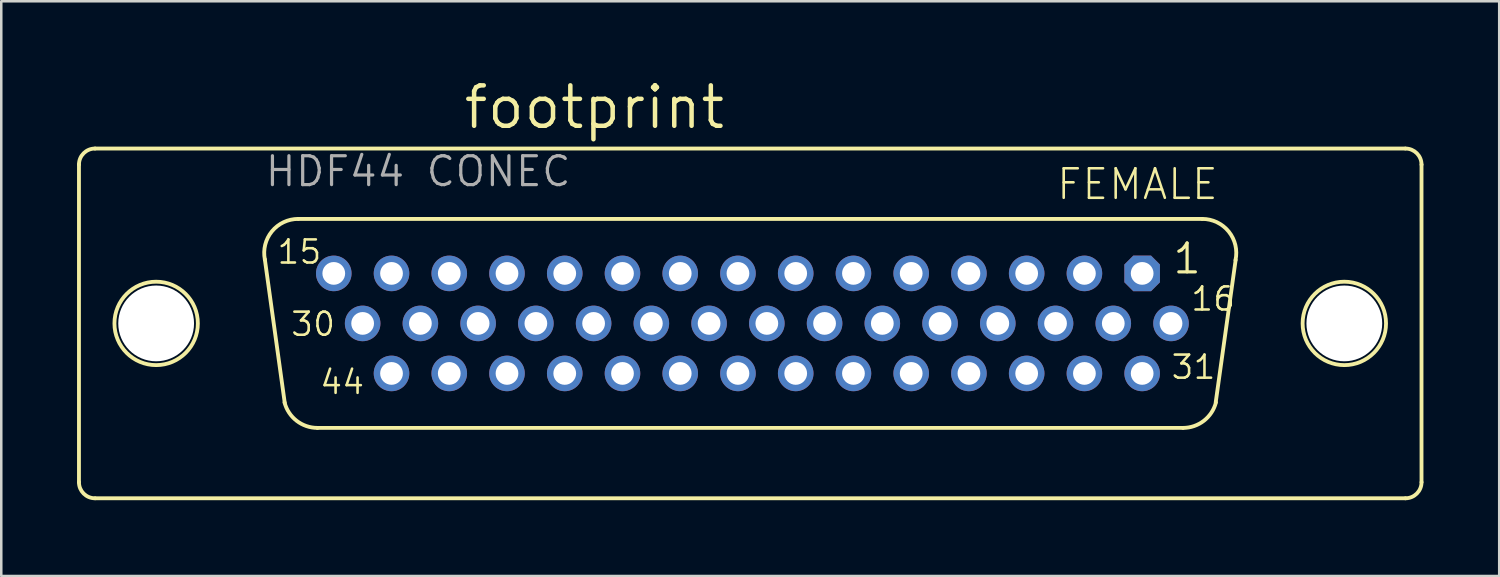
<source format=kicad_pcb>
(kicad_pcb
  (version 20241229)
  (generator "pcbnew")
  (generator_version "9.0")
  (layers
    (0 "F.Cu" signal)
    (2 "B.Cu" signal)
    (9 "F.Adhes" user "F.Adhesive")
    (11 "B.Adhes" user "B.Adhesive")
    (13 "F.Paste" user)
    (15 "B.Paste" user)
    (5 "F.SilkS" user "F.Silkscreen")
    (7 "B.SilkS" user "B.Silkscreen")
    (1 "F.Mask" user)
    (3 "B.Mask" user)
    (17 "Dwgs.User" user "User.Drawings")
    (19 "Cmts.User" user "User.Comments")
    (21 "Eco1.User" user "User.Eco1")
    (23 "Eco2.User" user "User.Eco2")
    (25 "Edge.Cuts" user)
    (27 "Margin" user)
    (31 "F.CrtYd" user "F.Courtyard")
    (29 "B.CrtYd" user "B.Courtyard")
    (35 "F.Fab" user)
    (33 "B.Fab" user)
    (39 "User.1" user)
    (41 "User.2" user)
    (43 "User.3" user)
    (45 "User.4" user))
  (footprint "footprint"
    (layer "F.Cu")
    (at 26.652 9.754)
    (property "Reference" "footprint" (at -11.43 -7.62 0) (layer "F.SilkS") (effects (font (size 1.6 1.6) (thickness 0.178)) (justify left bottom)))
    (fp_line (start -26.576 -6.288) (end -26.576 6.288) (stroke (width 0.152) (type solid)) (layer "F.SilkS"))
    (fp_line (start -25.933 6.923) (end 25.941 6.923) (stroke (width 0.152) (type solid)) (layer "F.SilkS"))
    (fp_line (start -18.429 3.146) (end -19.217 -2.537) (stroke (width 0.152) (type solid)) (layer "F.SilkS"))
    (fp_line (start -17.896 -4.137) (end 17.896 -4.137) (stroke (width 0.152) (type solid)) (layer "F.SilkS"))
    (fp_line (start -17.134 4.137) (end 17.134 4.137) (stroke (width 0.152) (type solid)) (layer "F.SilkS"))
    (fp_line (start 19.217 -2.511) (end 18.429 3.121) (stroke (width 0.152) (type solid)) (layer "F.SilkS"))
    (fp_line (start 25.933 -6.923) (end -25.941 -6.923) (stroke (width 0.152) (type solid)) (layer "F.SilkS"))
    (fp_line (start 26.576 -6.288) (end 26.576 6.288) (stroke (width 0.152) (type solid)) (layer "F.SilkS"))
    (fp_arc (start -26.576 -6.288) (mid -26.390013 -6.737013) (end -25.941 -6.923) (stroke (width 0.1524) (type solid)) (layer "F.SilkS"))
    (fp_arc (start -25.941 6.923) (mid -26.390013 6.737013) (end -26.576 6.288) (stroke (width 0.1524) (type solid)) (layer "F.SilkS"))
    (fp_arc (start -19.2161 -2.5268) (mid -18.937082 -3.644284) (end -17.896 -4.137) (stroke (width 0.1524) (type solid)) (layer "F.SilkS"))
    (fp_arc (start -17.134 4.137) (mid -17.9575 3.855745) (end -18.4369 3.1295) (stroke (width 0.1524) (type solid)) (layer "F.SilkS"))
    (fp_arc (start 17.896 -4.137) (mid 18.944557 -3.635183) (end 19.211499 -2.503798) (stroke (width 0.1524) (type solid)) (layer "F.SilkS"))
    (fp_arc (start 18.4369 3.1295) (mid 17.9575 3.855746) (end 17.134 4.137) (stroke (width 0.1524) (type solid)) (layer "F.SilkS"))
    (fp_arc (start 25.941 -6.923) (mid 26.390013 -6.737013) (end 26.576 -6.288) (stroke (width 0.1524) (type solid)) (layer "F.SilkS"))
    (fp_arc (start 26.576 6.288) (mid 26.390013 6.737013) (end 25.941 6.923) (stroke (width 0.1524) (type solid)) (layer "F.SilkS"))
    (fp_circle (center -23.52 0) (end -21.869 0) (stroke (width 0.152) (type solid)) (fill no) (layer "F.SilkS"))
    (fp_circle (center 23.52 0) (end 25.171 0) (stroke (width 0.152) (type solid)) (fill no) (layer "F.SilkS"))
    (fp_text user "1" (at 16.667 -1.895 0) (layer "F.SilkS") (effects (font (size 1.143 1.143) (thickness 0.127)) (justify left bottom)))
    (fp_text user "31" (at 16.61 2.265 0) (layer "F.SilkS") (effects (font (size 0.914 0.914) (thickness 0.102)) (justify left bottom)))
    (fp_text user "16" (at 17.388 -0.435 0) (layer "F.SilkS") (effects (font (size 0.914 0.914) (thickness 0.102)) (justify left bottom)))
    (fp_text user "30" (at -18.245 0.565 0) (layer "F.SilkS") (effects (font (size 0.914 0.914) (thickness 0.102)) (justify left bottom)))
    (fp_text user "15" (at -18.788 -2.295 0) (layer "F.SilkS") (effects (font (size 0.914 0.914) (thickness 0.102)) (justify left bottom)))
    (fp_text user "44" (at -17.093 2.865 0) (layer "F.SilkS") (effects (font (size 0.914 0.914) (thickness 0.102)) (justify left bottom)))
    (fp_text user "FEMALE" (at 12.065 -4.826 0) (layer "F.SilkS") (effects (font (size 1.168 1.168) (thickness 0.102)) (justify left bottom)))
    (fp_text user "HDF44 CONEC" (at -19.272 -5.349 0) (layer "F.Fab") (effects (font (size 1.143 1.143) (thickness 0.127)) (justify left bottom)))
    (pad "" np_thru_hole circle (at -23.52 0) (size 3 3) (drill 3) (layers "*.Cu" "*.Mask"))
    (pad "" np_thru_hole circle (at 23.52 0) (size 3 3) (drill 3) (layers "*.Cu" "*.Mask"))
    (pad "1" thru_hole roundrect (at 15.516 -1.98) (size 1.408 1.408) (drill 0.9) (layers "*.Cu" "*.Mask") (roundrect_rratio 0.25) (chamfer_ratio 0.25) (chamfer top_left top_right bottom_left bottom_right))
    (pad "2" thru_hole circle (at 13.23 -1.98) (size 1.408 1.408) (drill 0.9) (layers "*.Cu" "*.Mask"))
    (pad "3" thru_hole circle (at 10.944 -1.98) (size 1.408 1.408) (drill 0.9) (layers "*.Cu" "*.Mask"))
    (pad "4" thru_hole circle (at 8.658 -1.98) (size 1.408 1.408) (drill 0.9) (layers "*.Cu" "*.Mask"))
    (pad "5" thru_hole circle (at 6.372 -1.98) (size 1.408 1.408) (drill 0.9) (layers "*.Cu" "*.Mask"))
    (pad "6" thru_hole circle (at 4.086 -1.98) (size 1.408 1.408) (drill 0.9) (layers "*.Cu" "*.Mask"))
    (pad "7" thru_hole circle (at 1.8 -1.98) (size 1.408 1.408) (drill 0.9) (layers "*.Cu" "*.Mask"))
    (pad "8" thru_hole circle (at -0.486 -1.98) (size 1.408 1.408) (drill 0.9) (layers "*.Cu" "*.Mask"))
    (pad "9" thru_hole circle (at -2.772 -1.98) (size 1.408 1.408) (drill 0.9) (layers "*.Cu" "*.Mask"))
    (pad "10" thru_hole circle (at -5.058 -1.98) (size 1.408 1.408) (drill 0.9) (layers "*.Cu" "*.Mask"))
    (pad "11" thru_hole circle (at -7.344 -1.98) (size 1.408 1.408) (drill 0.9) (layers "*.Cu" "*.Mask"))
    (pad "12" thru_hole circle (at -9.63 -1.98) (size 1.408 1.408) (drill 0.9) (layers "*.Cu" "*.Mask"))
    (pad "13" thru_hole circle (at -11.916 -1.98) (size 1.408 1.408) (drill 0.9) (layers "*.Cu" "*.Mask"))
    (pad "14" thru_hole circle (at -14.202 -1.98) (size 1.408 1.408) (drill 0.9) (layers "*.Cu" "*.Mask"))
    (pad "15" thru_hole circle (at -16.488 -1.98) (size 1.408 1.408) (drill 0.9) (layers "*.Cu" "*.Mask"))
    (pad "16" thru_hole circle (at 16.659 0) (size 1.408 1.408) (drill 0.9) (layers "*.Cu" "*.Mask"))
    (pad "17" thru_hole circle (at 14.373 0) (size 1.408 1.408) (drill 0.9) (layers "*.Cu" "*.Mask"))
    (pad "18" thru_hole circle (at 12.087 0) (size 1.408 1.408) (drill 0.9) (layers "*.Cu" "*.Mask"))
    (pad "19" thru_hole circle (at 9.801 0) (size 1.408 1.408) (drill 0.9) (layers "*.Cu" "*.Mask"))
    (pad "20" thru_hole circle (at 7.515 0) (size 1.408 1.408) (drill 0.9) (layers "*.Cu" "*.Mask"))
    (pad "21" thru_hole circle (at 5.229 0) (size 1.408 1.408) (drill 0.9) (layers "*.Cu" "*.Mask"))
    (pad "22" thru_hole circle (at 2.943 0) (size 1.408 1.408) (drill 0.9) (layers "*.Cu" "*.Mask"))
    (pad "23" thru_hole circle (at 0.657 0) (size 1.408 1.408) (drill 0.9) (layers "*.Cu" "*.Mask"))
    (pad "24" thru_hole circle (at -1.629 0) (size 1.408 1.408) (drill 0.9) (layers "*.Cu" "*.Mask"))
    (pad "25" thru_hole circle (at -3.915 0) (size 1.408 1.408) (drill 0.9) (layers "*.Cu" "*.Mask"))
    (pad "26" thru_hole circle (at -6.201 0) (size 1.408 1.408) (drill 0.9) (layers "*.Cu" "*.Mask"))
    (pad "27" thru_hole circle (at -8.487 0) (size 1.408 1.408) (drill 0.9) (layers "*.Cu" "*.Mask"))
    (pad "28" thru_hole circle (at -10.773 0) (size 1.408 1.408) (drill 0.9) (layers "*.Cu" "*.Mask"))
    (pad "29" thru_hole circle (at -13.059 0) (size 1.408 1.408) (drill 0.9) (layers "*.Cu" "*.Mask"))
    (pad "30" thru_hole circle (at -15.345 0) (size 1.408 1.408) (drill 0.9) (layers "*.Cu" "*.Mask"))
    (pad "31" thru_hole circle (at 15.516 1.98) (size 1.408 1.408) (drill 0.9) (layers "*.Cu" "*.Mask"))
    (pad "32" thru_hole circle (at 13.23 1.98) (size 1.408 1.408) (drill 0.9) (layers "*.Cu" "*.Mask"))
    (pad "33" thru_hole circle (at 10.944 1.98) (size 1.408 1.408) (drill 0.9) (layers "*.Cu" "*.Mask"))
    (pad "34" thru_hole circle (at 8.658 1.98) (size 1.408 1.408) (drill 0.9) (layers "*.Cu" "*.Mask"))
    (pad "35" thru_hole circle (at 6.372 1.98) (size 1.408 1.408) (drill 0.9) (layers "*.Cu" "*.Mask"))
    (pad "36" thru_hole circle (at 4.086 1.98) (size 1.408 1.408) (drill 0.9) (layers "*.Cu" "*.Mask"))
    (pad "37" thru_hole circle (at 1.8 1.98) (size 1.408 1.408) (drill 0.9) (layers "*.Cu" "*.Mask"))
    (pad "38" thru_hole circle (at -0.486 1.98) (size 1.408 1.408) (drill 0.9) (layers "*.Cu" "*.Mask"))
    (pad "39" thru_hole circle (at -2.772 1.98) (size 1.408 1.408) (drill 0.9) (layers "*.Cu" "*.Mask"))
    (pad "40" thru_hole circle (at -5.058 1.98) (size 1.408 1.408) (drill 0.9) (layers "*.Cu" "*.Mask"))
    (pad "41" thru_hole circle (at -7.344 1.98) (size 1.408 1.408) (drill 0.9) (layers "*.Cu" "*.Mask"))
    (pad "42" thru_hole circle (at -9.63 1.98) (size 1.408 1.408) (drill 0.9) (layers "*.Cu" "*.Mask"))
    (pad "43" thru_hole circle (at -11.916 1.98) (size 1.408 1.408) (drill 0.9) (layers "*.Cu" "*.Mask"))
    (pad "44" thru_hole circle (at -14.202 1.98) (size 1.408 1.408) (drill 0.9) (layers "*.Cu" "*.Mask"))
    (zone (net_name "") (layers "F.Cu" "B.Cu") (hatch edge 0.508) (connect_pads) (min_thickness 0.254) (filled_areas_thickness no) (keepout (tracks allowed) (vias not_allowed) (pads allowed) (copperpour allowed) (footprints allowed)) (placement (enabled no)) (fill) (polygon (pts (xy 5.799 9.754) (xy 5.759 9.29) (xy 5.638 8.841) (xy 5.442 8.42) (xy 5.175 8.039) (xy 4.847 7.711) (xy 4.466 7.444) (xy 4.044 7.247) (xy 3.595 7.127) (xy 3.132 7.087) (xy 2.669 7.127) (xy 2.22 7.247) (xy 1.799 7.444) (xy 1.418 7.711) (xy 1.089 8.039) (xy 0.823 8.42) (xy 0.626 8.841) (xy 0.506 9.29) (xy 0.465 9.754) (xy 0.506 10.217) (xy 0.626 10.666) (xy 0.823 11.087) (xy 1.089 11.468) (xy 1.418 11.797) (xy 1.799 12.063) (xy 2.22 12.26) (xy 2.669 12.38) (xy 3.132 12.421) (xy 3.595 12.38) (xy 4.044 12.26) (xy 4.466 12.063) (xy 4.847 11.797) (xy 5.175 11.468) (xy 5.442 11.087) (xy 5.638 10.666) (xy 5.759 10.217))))
    (zone (net_name "") (layers "F.Cu" "B.Cu") (hatch edge 0.508) (connect_pads) (min_thickness 0.254) (filled_areas_thickness no) (keepout (tracks allowed) (vias not_allowed) (pads allowed) (copperpour allowed) (footprints allowed)) (placement (enabled no)) (fill) (polygon (pts (xy 52.839 9.754) (xy 52.799 9.29) (xy 52.678 8.841) (xy 52.482 8.42) (xy 52.215 8.039) (xy 51.887 7.711) (xy 51.506 7.444) (xy 51.084 7.247) (xy 50.635 7.127) (xy 50.172 7.087) (xy 49.709 7.127) (xy 49.26 7.247) (xy 48.839 7.444) (xy 48.458 7.711) (xy 48.129 8.039) (xy 47.863 8.42) (xy 47.666 8.841) (xy 47.546 9.29) (xy 47.505 9.754) (xy 47.546 10.217) (xy 47.666 10.666) (xy 47.863 11.087) (xy 48.129 11.468) (xy 48.458 11.797) (xy 48.839 12.063) (xy 49.26 12.26) (xy 49.709 12.38) (xy 50.172 12.421) (xy 50.635 12.38) (xy 51.084 12.26) (xy 51.506 12.063) (xy 51.887 11.797) (xy 52.215 11.468) (xy 52.482 11.087) (xy 52.678 10.666) (xy 52.799 10.217))))
    (zone (net_name "") (layer "B.Cu") (hatch edge 0.508) (connect_pads) (min_thickness 0.254) (filled_areas_thickness no) (keepout (tracks not_allowed) (vias not_allowed) (pads not_allowed) (copperpour not_allowed) (footprints allowed)) (placement (enabled no)) (fill) (polygon (pts (xy 5.799 9.754) (xy 5.759 9.29) (xy 5.638 8.841) (xy 5.442 8.42) (xy 5.175 8.039) (xy 4.847 7.711) (xy 4.466 7.444) (xy 4.044 7.247) (xy 3.595 7.127) (xy 3.132 7.087) (xy 2.669 7.127) (xy 2.22 7.247) (xy 1.799 7.444) (xy 1.418 7.711) (xy 1.089 8.039) (xy 0.823 8.42) (xy 0.626 8.841) (xy 0.506 9.29) (xy 0.465 9.754) (xy 0.506 10.217) (xy 0.626 10.666) (xy 0.823 11.087) (xy 1.089 11.468) (xy 1.418 11.797) (xy 1.799 12.063) (xy 2.22 12.26) (xy 2.669 12.38) (xy 3.132 12.421) (xy 3.595 12.38) (xy 4.044 12.26) (xy 4.466 12.063) (xy 4.847 11.797) (xy 5.175 11.468) (xy 5.442 11.087) (xy 5.638 10.666) (xy 5.759 10.217))))
    (zone (net_name "") (layer "B.Cu") (hatch edge 0.508) (connect_pads) (min_thickness 0.254) (filled_areas_thickness no) (keepout (tracks not_allowed) (vias not_allowed) (pads not_allowed) (copperpour not_allowed) (footprints allowed)) (placement (enabled no)) (fill) (polygon (pts (xy 52.839 9.754) (xy 52.799 9.29) (xy 52.678 8.841) (xy 52.482 8.42) (xy 52.215 8.039) (xy 51.887 7.711) (xy 51.506 7.444) (xy 51.084 7.247) (xy 50.635 7.127) (xy 50.172 7.087) (xy 49.709 7.127) (xy 49.26 7.247) (xy 48.839 7.444) (xy 48.458 7.711) (xy 48.129 8.039) (xy 47.863 8.42) (xy 47.666 8.841) (xy 47.546 9.29) (xy 47.505 9.754) (xy 47.546 10.217) (xy 47.666 10.666) (xy 47.863 11.087) (xy 48.129 11.468) (xy 48.458 11.797) (xy 48.839 12.063) (xy 49.26 12.26) (xy 49.709 12.38) (xy 50.172 12.421) (xy 50.635 12.38) (xy 51.084 12.26) (xy 51.506 12.063) (xy 51.887 11.797) (xy 52.215 11.468) (xy 52.482 11.087) (xy 52.678 10.666) (xy 52.799 10.217)))))
  (gr_rect
    (start -3 -3)
    (end 56.304 19.753)
    (stroke (width 0.1) (type default))
    (fill no)
    (layer "Edge.Cuts")))
</source>
